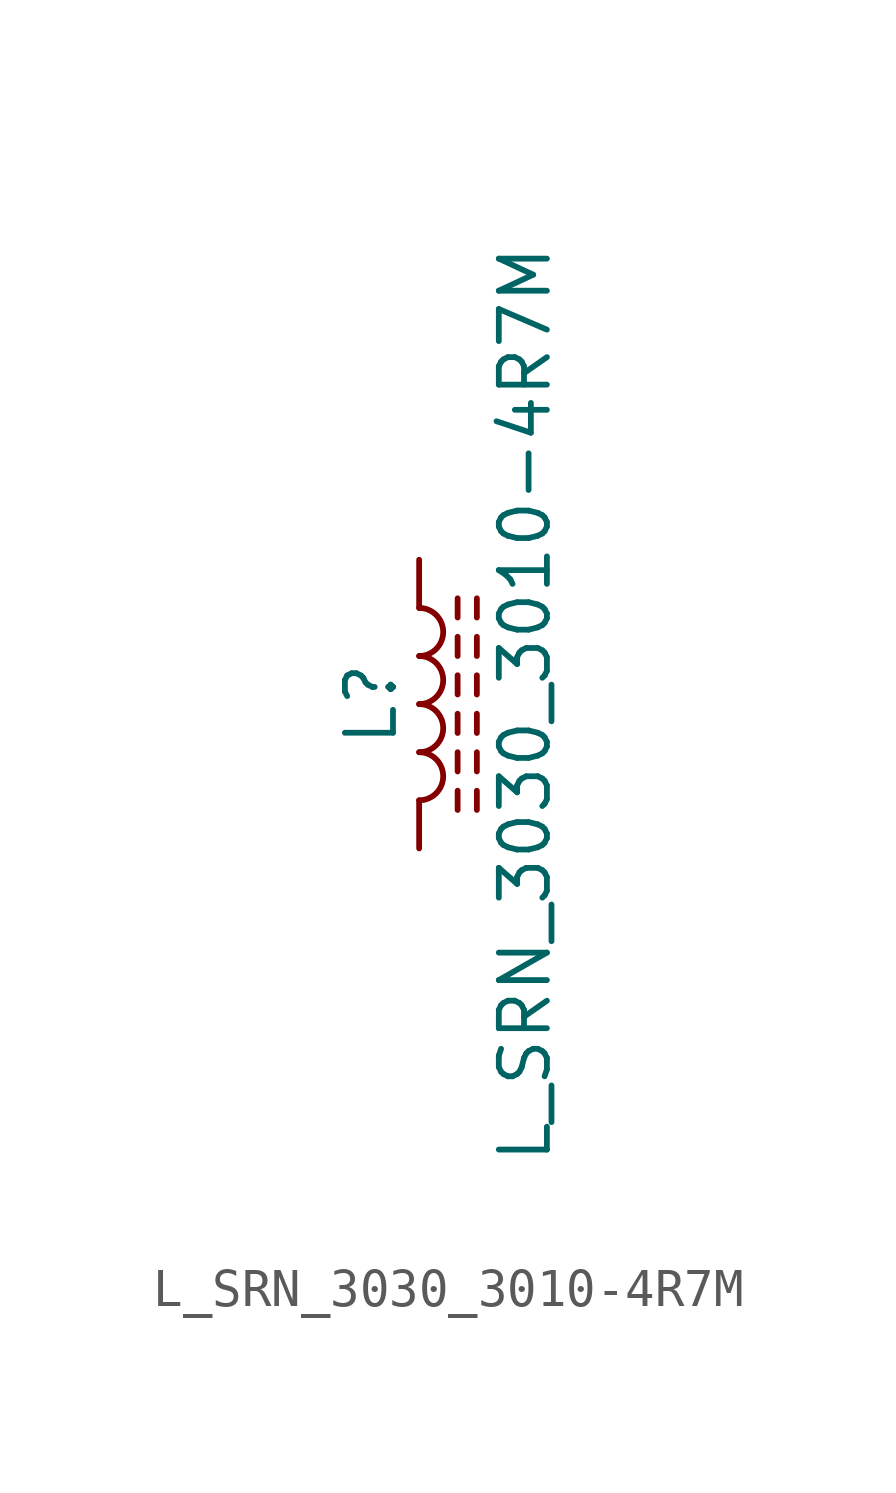
<source format=kicad_sym>
(kicad_symbol_lib
  (version 20211014)
  (generator kicad_symbol_editor)
  (symbol "L_SRN_3030_3010-4R7M"
    (pin_numbers hide)
    (pin_names
      (offset 1.016) hide)
    (property "Reference" "L"
      (at -1.27 0 90)
      (effects (font (size 1.27 1.27))))
    (property "Value" "L_SRN_3030_3010-4R7M"
      (at 2.794 0 90)
      (effects (font (size 1.27 1.27))))
    (symbol "L_SRN_3030_3010-4R7M_0_1"
      (arc (start 0 -2.54) (mid 0.635 -1.905) (end 0 -1.27) (stroke (width 0) (type default) (color 0 0 0 0)) (fill (type none)))
      (arc (start 0 -1.27) (mid 0.635 -0.635) (end 0 0) (stroke (width 0) (type default) (color 0 0 0 0)) (fill (type none)))
      (polyline (pts (xy 1.016 -2.794) (xy 1.016 -2.286)) (stroke (width 0) (type default) (color 0 0 0 0)) (fill (type none)))
      (polyline (pts (xy 1.016 -1.778) (xy 1.016 -1.27)) (stroke (width 0) (type default) (color 0 0 0 0)) (fill (type none)))
      (polyline (pts (xy 1.016 -0.762) (xy 1.016 -0.254)) (stroke (width 0) (type default) (color 0 0 0 0)) (fill (type none)))
      (polyline (pts (xy 1.016 0.254) (xy 1.016 0.762)) (stroke (width 0) (type default) (color 0 0 0 0)) (fill (type none)))
      (polyline (pts (xy 1.016 1.27) (xy 1.016 1.778)) (stroke (width 0) (type default) (color 0 0 0 0)) (fill (type none)))
      (polyline (pts (xy 1.016 2.286) (xy 1.016 2.794)) (stroke (width 0) (type default) (color 0 0 0 0)) (fill (type none)))
      (polyline (pts (xy 1.524 -2.286) (xy 1.524 -2.794)) (stroke (width 0) (type default) (color 0 0 0 0)) (fill (type none)))
      (polyline (pts (xy 1.524 -1.27) (xy 1.524 -1.778)) (stroke (width 0) (type default) (color 0 0 0 0)) (fill (type none)))
      (polyline (pts (xy 1.524 -0.254) (xy 1.524 -0.762)) (stroke (width 0) (type default) (color 0 0 0 0)) (fill (type none)))
      (polyline (pts (xy 1.524 0.762) (xy 1.524 0.254)) (stroke (width 0) (type default) (color 0 0 0 0)) (fill (type none)))
      (polyline (pts (xy 1.524 1.778) (xy 1.524 1.27)) (stroke (width 0) (type default) (color 0 0 0 0)) (fill (type none)))
      (polyline (pts (xy 1.524 2.794) (xy 1.524 2.286)) (stroke (width 0) (type default) (color 0 0 0 0)) (fill (type none)))
      (arc (start 0 0) (mid 0.635 0.635) (end 0 1.27) (stroke (width 0) (type default) (color 0 0 0 0)) (fill (type none)))
      (arc (start 0 1.27) (mid 0.635 1.905) (end 0 2.54) (stroke (width 0) (type default) (color 0 0 0 0)) (fill (type none))))
    (symbol "L_SRN_3030_3010-4R7M_1_1"
      (pin passive line (at 0 3.81 270) (length 1.27) (name "1" (effects (font (size 1.27 1.27)))) (number "1" (effects (font (size 1.27 1.27)))))
      (pin passive line (at 0 -3.81 90) (length 1.27) (name "2" (effects (font (size 1.27 1.27)))) (number "2" (effects (font (size 1.27 1.27))))))))
</source>
